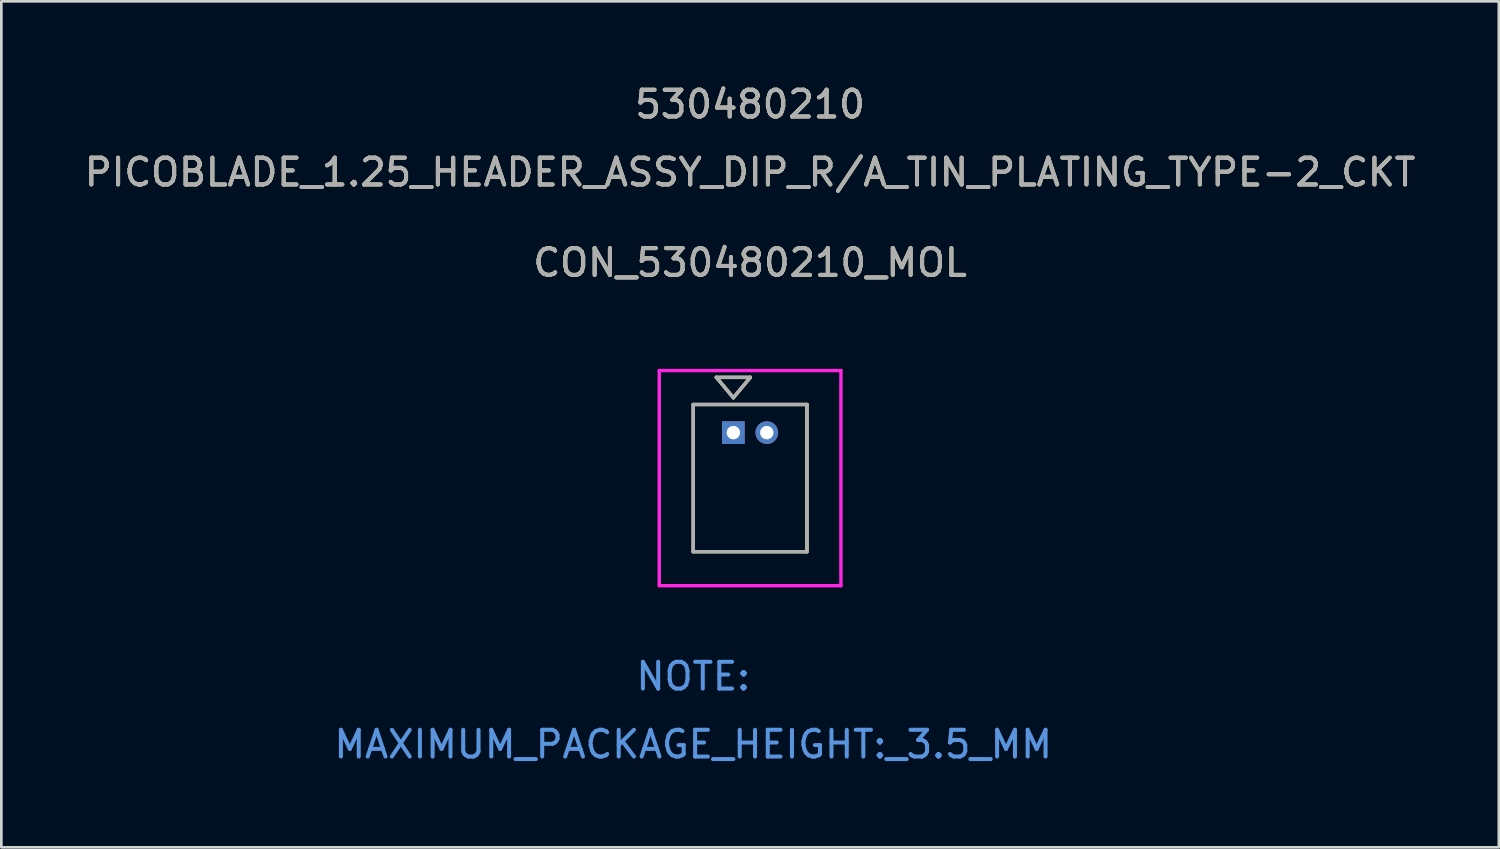
<source format=kicad_pcb>
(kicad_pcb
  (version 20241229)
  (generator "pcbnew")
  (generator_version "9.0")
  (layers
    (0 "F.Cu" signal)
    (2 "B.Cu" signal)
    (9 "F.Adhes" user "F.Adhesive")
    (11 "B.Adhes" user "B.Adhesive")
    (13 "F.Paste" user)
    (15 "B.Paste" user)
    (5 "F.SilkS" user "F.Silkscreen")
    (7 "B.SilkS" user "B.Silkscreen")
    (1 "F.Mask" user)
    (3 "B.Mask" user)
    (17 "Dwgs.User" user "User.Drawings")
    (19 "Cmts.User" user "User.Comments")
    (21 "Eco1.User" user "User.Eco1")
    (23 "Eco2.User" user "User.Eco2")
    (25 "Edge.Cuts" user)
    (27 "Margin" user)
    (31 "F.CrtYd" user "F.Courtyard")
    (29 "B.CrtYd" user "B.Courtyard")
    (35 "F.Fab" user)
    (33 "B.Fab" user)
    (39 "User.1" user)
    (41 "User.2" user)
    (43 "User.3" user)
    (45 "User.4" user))
  (footprint "CON_530480210_MOL"
    (layer "F.Cu")
    (at 24.357 13.118)
    (property "Reference" "CON_530480210_MOL" (at 0.625 -6.35 0) (unlocked yes) (layer "F.SilkS") (effects (font (size 1 1) (thickness 0.15))))
    (attr through_hole)
    (fp_line (start -1.5 -1.05) (end -1.5 4.45) (stroke (width 0.127) (type solid)) (layer "F.SilkS"))
    (fp_line (start -1.5 4.45) (end 2.75 4.45) (stroke (width 0.127) (type solid)) (layer "F.SilkS"))
    (fp_line (start -0.635 -2.066) (end 0 -1.304) (stroke (width 0.127) (type solid)) (layer "F.SilkS"))
    (fp_line (start 0 -1.304) (end 0.635 -2.066) (stroke (width 0.127) (type solid)) (layer "F.SilkS"))
    (fp_line (start 0.635 -2.066) (end -0.635 -2.066) (stroke (width 0.127) (type solid)) (layer "F.SilkS"))
    (fp_line (start 2.75 -1.05) (end -1.5 -1.05) (stroke (width 0.127) (type solid)) (layer "F.SilkS"))
    (fp_line (start 2.75 4.45) (end 2.75 -1.05) (stroke (width 0.127) (type solid)) (layer "F.SilkS"))
    (fp_line (start -2.77 -2.32) (end -2.77 5.72) (stroke (width 0.127) (type solid)) (layer "F.CrtYd"))
    (fp_line (start -2.77 5.72) (end 4.02 5.72) (stroke (width 0.127) (type solid)) (layer "F.CrtYd"))
    (fp_line (start 4.02 -2.32) (end -2.77 -2.32) (stroke (width 0.127) (type solid)) (layer "F.CrtYd"))
    (fp_line (start 4.02 5.72) (end 4.02 -2.32) (stroke (width 0.127) (type solid)) (layer "F.CrtYd"))
    (fp_line (start -1.5 -1.05) (end -1.5 4.45) (stroke (width 0.127) (type solid)) (layer "F.Fab"))
    (fp_line (start -1.5 4.45) (end 2.75 4.45) (stroke (width 0.127) (type solid)) (layer "F.Fab"))
    (fp_line (start -0.635 -2.066) (end 0 -1.304) (stroke (width 0.127) (type solid)) (layer "F.Fab"))
    (fp_line (start 0 -1.304) (end 0.635 -2.066) (stroke (width 0.127) (type solid)) (layer "F.Fab"))
    (fp_line (start 0.635 -2.066) (end -0.635 -2.066) (stroke (width 0.127) (type solid)) (layer "F.Fab"))
    (fp_line (start 2.75 -1.05) (end -1.5 -1.05) (stroke (width 0.127) (type solid)) (layer "F.Fab"))
    (fp_line (start 2.75 4.45) (end 2.75 -1.05) (stroke (width 0.127) (type solid)) (layer "F.Fab"))
    (fp_text user "PICOBLADE_1.25_HEADER_ASSY_DIP_R/A_TIN_PLATING_TYPE-2_CKT" (at 0.625 -9.73 0) (unlocked yes) (layer "F.SilkS") (effects (font (size 1 1) (thickness 0.15))))
    (fp_text user "530480210" (at 0.625 -12.27 0) (unlocked yes) (layer "F.SilkS") (effects (font (size 1 1) (thickness 0.15))))
    (fp_text user "MAXIMUM_PACKAGE_HEIGHT:_3.5_MM" (at -1.5 11.65 0) (unlocked yes) (layer "Cmts.User") (effects (font (size 1 1) (thickness 0.15))))
    (fp_text user "NOTE:" (at -1.5 9.11 0) (unlocked yes) (layer "Cmts.User") (effects (font (size 1 1) (thickness 0.15))))
    (fp_text user "PICOBLADE_1.25_HEADER_ASSY_DIP_R/A_TIN_PLATING_TYPE-2_CKT" (at 0.625 -9.73 0) (unlocked yes) (layer "F.Fab") (effects (font (size 1 1) (thickness 0.15))))
    (fp_text user "${REFERENCE}" (at 0.625 -6.35 0) (unlocked yes) (layer "F.Fab") (effects (font (size 1 1) (thickness 0.15))))
    (fp_text user "530480210" (at 0.625 -12.27 0) (unlocked yes) (layer "F.Fab") (effects (font (size 1 1) (thickness 0.15))))
    (pad "1" thru_hole rect (at 0 0) (size 0.85 0.85) (drill 0.5) (layers "*.Cu" "*.Mask"))
    (pad "2" thru_hole circle (at 1.25 0) (size 0.85 0.85) (drill 0.5) (layers "*.Cu" "*.Mask")))
  (gr_rect
    (start -3 -3)
    (end 52.964 28.616)
    (stroke (width 0.1) (type default))
    (fill no)
    (layer "Edge.Cuts")))
</source>
